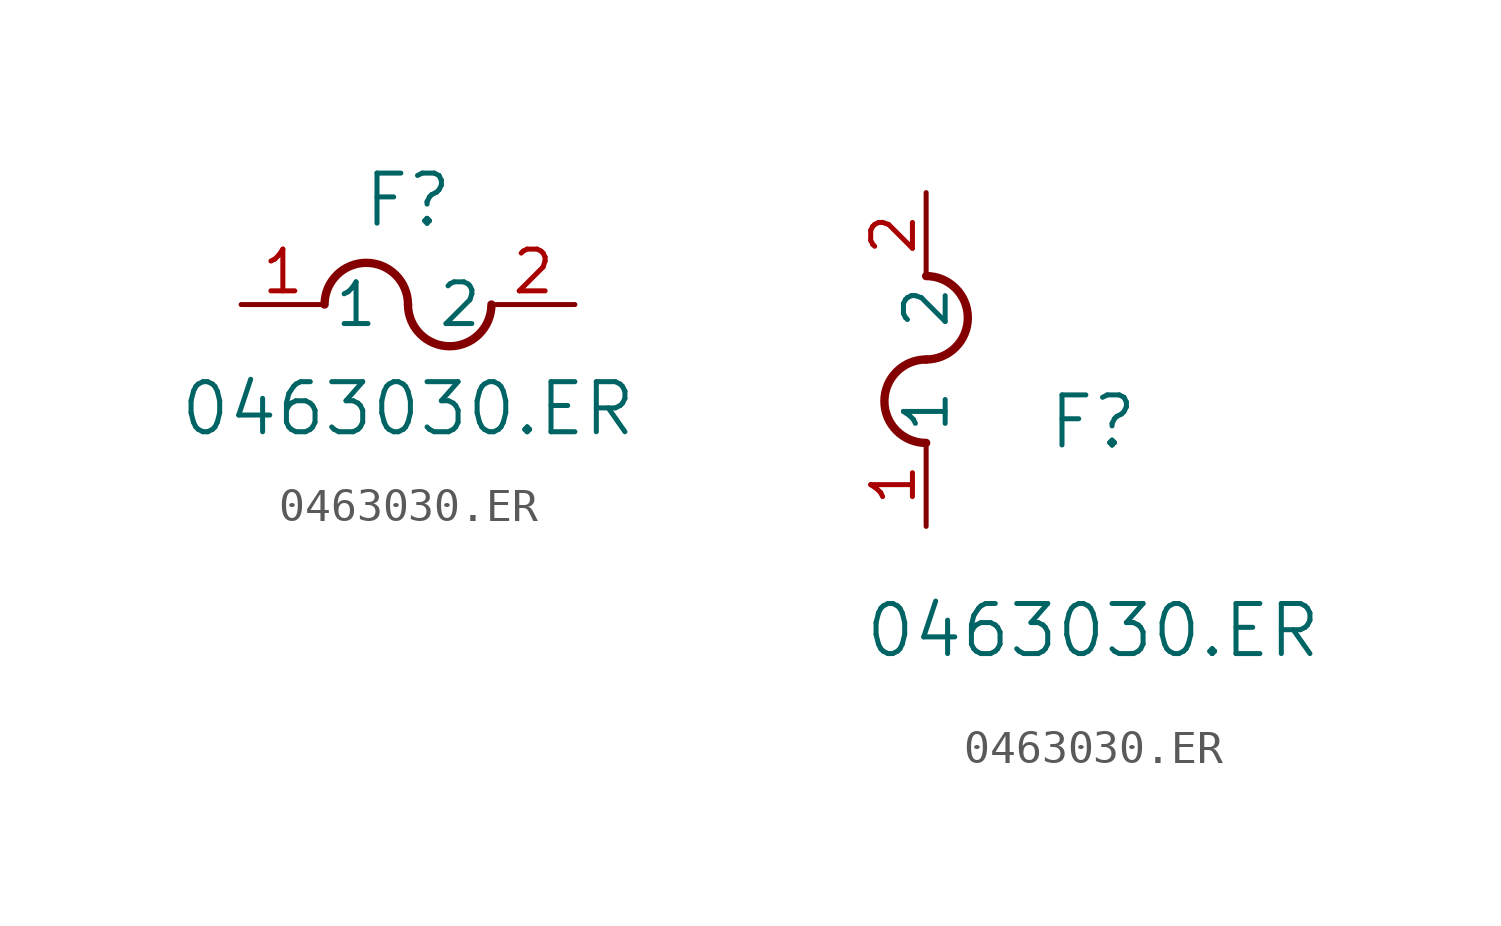
<source format=kicad_sym>
(kicad_symbol_lib
  (version 20211014)
  (generator kicad_symbol_editor)
  (symbol "0463030.ER"
    (pin_names
      (offset 0.254))
    (property "Reference" "F"
      (at 5.08 3.175 0)
      (effects (font (size 1.524 1.524))))
    (property "Value" "0463030.ER"
      (at 5.08 -3.175 0)
      (effects (font (size 1.524 1.524))))
    (symbol "0463030.ER_1_1"
      (arc (start 5.08 0) (mid 3.81 1.27) (end 2.54 0) (stroke (width 0.254) (type default) (color 0 0 0 0)) (fill (type none)))
      (arc (start 5.08 0) (mid 6.35 -1.27) (end 7.62 0) (stroke (width 0.254) (type default) (color 0 0 0 0)) (fill (type none)))
      (pin unspecified line (at 0 0 0) (length 2.54) (name "1" (effects (font (size 1.27 1.27)))) (number "1" (effects (font (size 1.27 1.27)))))
      (pin unspecified line (at 10.16 0 180) (length 2.54) (name "2" (effects (font (size 1.27 1.27)))) (number "2" (effects (font (size 1.27 1.27))))))
    (symbol "0463030.ER_1_2"
      (arc (start 0 5.08) (mid -1.27 3.81) (end 0 2.54) (stroke (width 0.254) (type default) (color 0 0 0 0)) (fill (type none)))
      (arc (start 0 5.08) (mid 1.27 6.35) (end 0 7.62) (stroke (width 0.254) (type default) (color 0 0 0 0)) (fill (type none)))
      (pin unspecified line (at 0 0 90) (length 2.54) (name "1" (effects (font (size 1.27 1.27)))) (number "1" (effects (font (size 1.27 1.27)))))
      (pin unspecified line (at 0 10.16 270) (length 2.54) (name "2" (effects (font (size 1.27 1.27)))) (number "2" (effects (font (size 1.27 1.27))))))))
</source>
